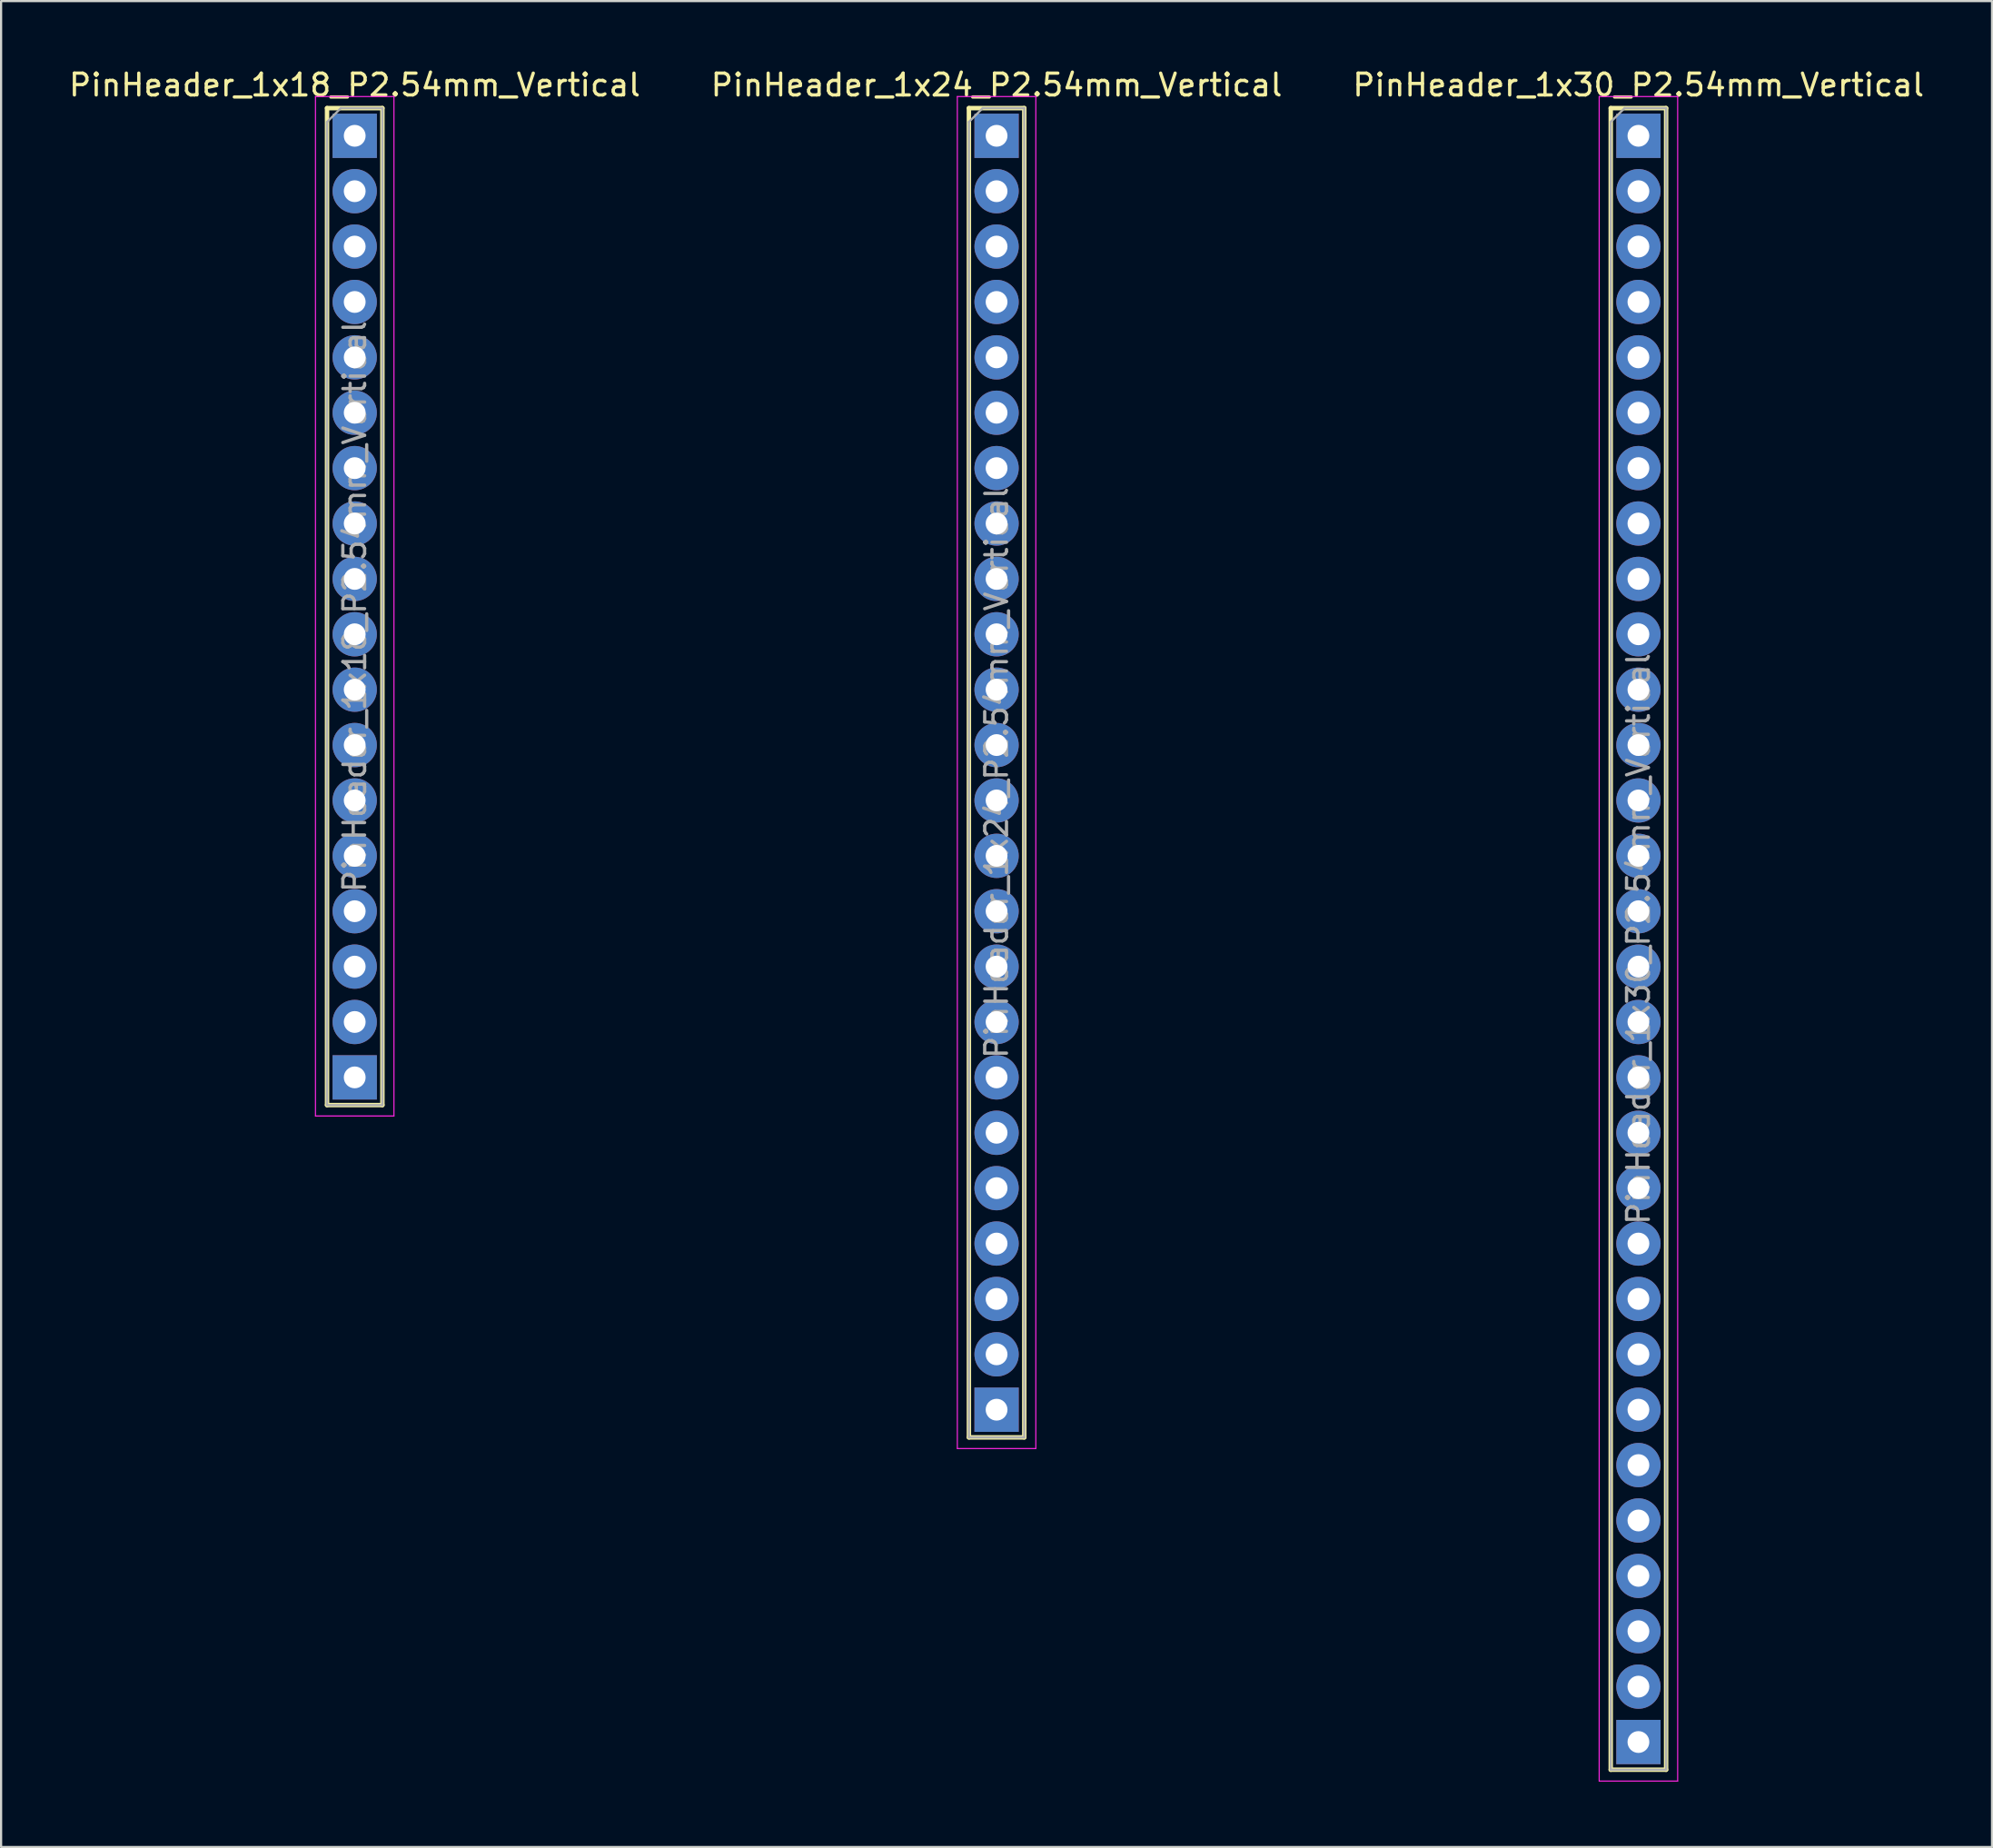
<source format=kicad_pcb>
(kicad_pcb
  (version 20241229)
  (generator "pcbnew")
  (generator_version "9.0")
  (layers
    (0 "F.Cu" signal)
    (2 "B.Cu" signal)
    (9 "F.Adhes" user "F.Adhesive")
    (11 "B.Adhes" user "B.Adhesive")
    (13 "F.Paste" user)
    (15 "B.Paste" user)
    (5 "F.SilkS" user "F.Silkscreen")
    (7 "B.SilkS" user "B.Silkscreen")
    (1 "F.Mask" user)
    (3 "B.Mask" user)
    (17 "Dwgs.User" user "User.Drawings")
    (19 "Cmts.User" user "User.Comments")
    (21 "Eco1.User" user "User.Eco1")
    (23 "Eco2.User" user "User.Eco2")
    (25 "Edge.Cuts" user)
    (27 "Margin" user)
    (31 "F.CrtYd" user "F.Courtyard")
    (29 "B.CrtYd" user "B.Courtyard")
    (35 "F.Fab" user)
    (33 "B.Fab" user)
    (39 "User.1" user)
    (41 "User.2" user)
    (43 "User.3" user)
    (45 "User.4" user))
  (footprint "PinHeader_1x18_P2.54mm_Vertical"
    (layer "F.Cu")
    (at 13.22 3.178)
    (property "Reference" "PinHeader_1x18_P2.54mm_Vertical" (at 0 -2.33 0) (layer "F.SilkS") (effects (font (size 1 1) (thickness 0.15))))
    (attr through_hole)
    (fp_line (start -1.27 -1.27) (end -1.27 44.45) (stroke (width 0.203) (type solid)) (layer "F.SilkS"))
    (fp_line (start -1.27 -1.27) (end 1.27 -1.27) (stroke (width 0.203) (type solid)) (layer "F.SilkS"))
    (fp_line (start -1.27 44.45) (end 1.27 44.45) (stroke (width 0.203) (type solid)) (layer "F.SilkS"))
    (fp_line (start 1.27 -1.27) (end 1.27 44.45) (stroke (width 0.203) (type solid)) (layer "F.SilkS"))
    (fp_line (start -1.8 -1.8) (end -1.8 44.95) (stroke (width 0.05) (type solid)) (layer "F.CrtYd"))
    (fp_line (start -1.8 44.95) (end 1.8 44.95) (stroke (width 0.05) (type solid)) (layer "F.CrtYd"))
    (fp_line (start 1.8 -1.8) (end -1.8 -1.8) (stroke (width 0.05) (type solid)) (layer "F.CrtYd"))
    (fp_line (start 1.8 44.95) (end 1.8 -1.8) (stroke (width 0.05) (type solid)) (layer "F.CrtYd"))
    (fp_line (start -1.27 -0.635) (end -0.635 -1.27) (stroke (width 0.1) (type solid)) (layer "F.Fab"))
    (fp_line (start -1.27 44.45) (end -1.27 -0.635) (stroke (width 0.1) (type solid)) (layer "F.Fab"))
    (fp_line (start -0.635 -1.27) (end 1.27 -1.27) (stroke (width 0.1) (type solid)) (layer "F.Fab"))
    (fp_line (start 1.27 -1.27) (end 1.27 44.45) (stroke (width 0.1) (type solid)) (layer "F.Fab"))
    (fp_line (start 1.27 44.45) (end -1.27 44.45) (stroke (width 0.1) (type solid)) (layer "F.Fab"))
    (fp_text user "${REFERENCE}" (at 0 21.59 90) (layer "F.Fab") (effects (font (size 1 1) (thickness 0.15))))
    (pad "1" thru_hole rect (at 0 0) (size 2.032 2.032) (drill 1) (layers "*.Cu" "*.Mask"))
    (pad "2" thru_hole oval (at 0 2.54) (size 2.032 2.032) (drill 1) (layers "*.Cu" "*.Mask"))
    (pad "3" thru_hole oval (at 0 5.08) (size 2.032 2.032) (drill 1) (layers "*.Cu" "*.Mask"))
    (pad "4" thru_hole oval (at 0 7.62) (size 2.032 2.032) (drill 1) (layers "*.Cu" "*.Mask"))
    (pad "5" thru_hole oval (at 0 10.16) (size 2.032 2.032) (drill 1) (layers "*.Cu" "*.Mask"))
    (pad "6" thru_hole oval (at 0 12.7) (size 2.032 2.032) (drill 1) (layers "*.Cu" "*.Mask"))
    (pad "7" thru_hole oval (at 0 15.24) (size 2.032 2.032) (drill 1) (layers "*.Cu" "*.Mask"))
    (pad "8" thru_hole oval (at 0 17.78) (size 2.032 2.032) (drill 1) (layers "*.Cu" "*.Mask"))
    (pad "9" thru_hole oval (at 0 20.32) (size 2.032 2.032) (drill 1) (layers "*.Cu" "*.Mask"))
    (pad "10" thru_hole oval (at 0 22.86) (size 2.032 2.032) (drill 1) (layers "*.Cu" "*.Mask"))
    (pad "11" thru_hole oval (at 0 25.4) (size 2.032 2.032) (drill 1) (layers "*.Cu" "*.Mask"))
    (pad "12" thru_hole oval (at 0 27.94) (size 2.032 2.032) (drill 1) (layers "*.Cu" "*.Mask"))
    (pad "13" thru_hole oval (at 0 30.48) (size 2.032 2.032) (drill 1) (layers "*.Cu" "*.Mask"))
    (pad "14" thru_hole oval (at 0 33.02) (size 2.032 2.032) (drill 1) (layers "*.Cu" "*.Mask"))
    (pad "15" thru_hole oval (at 0 35.56) (size 2.032 2.032) (drill 1) (layers "*.Cu" "*.Mask"))
    (pad "16" thru_hole oval (at 0 38.1) (size 2.032 2.032) (drill 1) (layers "*.Cu" "*.Mask"))
    (pad "17" thru_hole oval (at 0 40.64) (size 2.032 2.032) (drill 1) (layers "*.Cu" "*.Mask"))
    (pad "18" thru_hole rect (at 0 43.18) (size 2.032 2.032) (drill 1) (layers "*.Cu" "*.Mask")))
  (footprint "PinHeader_1x24_P2.54mm_Vertical"
    (layer "F.Cu")
    (at 42.661 3.178)
    (property "Reference" "PinHeader_1x24_P2.54mm_Vertical" (at 0 -2.33 180) (layer "F.SilkS") (effects (font (size 1 1) (thickness 0.15))))
    (attr through_hole)
    (fp_line (start -1.27 -1.27) (end -1.27 59.69) (stroke (width 0.203) (type solid)) (layer "F.SilkS"))
    (fp_line (start -1.27 -1.27) (end 1.27 -1.27) (stroke (width 0.203) (type solid)) (layer "F.SilkS"))
    (fp_line (start -1.27 59.69) (end 1.27 59.69) (stroke (width 0.203) (type solid)) (layer "F.SilkS"))
    (fp_line (start 1.27 -1.27) (end 1.27 59.69) (stroke (width 0.203) (type solid)) (layer "F.SilkS"))
    (fp_line (start -1.8 -1.8) (end -1.8 60.2) (stroke (width 0.05) (type solid)) (layer "F.CrtYd"))
    (fp_line (start -1.8 60.2) (end 1.8 60.2) (stroke (width 0.05) (type solid)) (layer "F.CrtYd"))
    (fp_line (start 1.8 -1.8) (end -1.8 -1.8) (stroke (width 0.05) (type solid)) (layer "F.CrtYd"))
    (fp_line (start 1.8 60.2) (end 1.8 -1.8) (stroke (width 0.05) (type solid)) (layer "F.CrtYd"))
    (fp_line (start -1.27 -0.635) (end -0.635 -1.27) (stroke (width 0.1) (type solid)) (layer "F.Fab"))
    (fp_line (start -1.27 59.69) (end -1.27 -0.635) (stroke (width 0.1) (type solid)) (layer "F.Fab"))
    (fp_line (start -0.635 -1.27) (end 1.27 -1.27) (stroke (width 0.1) (type solid)) (layer "F.Fab"))
    (fp_line (start 1.27 -1.27) (end 1.27 59.69) (stroke (width 0.1) (type solid)) (layer "F.Fab"))
    (fp_line (start 1.27 59.69) (end -1.27 59.69) (stroke (width 0.1) (type solid)) (layer "F.Fab"))
    (fp_text user "${REFERENCE}" (at 0 29.21 270) (layer "F.Fab") (effects (font (size 1 1) (thickness 0.15))))
    (pad "1" thru_hole rect (at 0 0) (size 2.032 2.032) (drill 1) (layers "*.Cu" "*.Mask"))
    (pad "2" thru_hole oval (at 0 2.54) (size 2.032 2.032) (drill 1) (layers "*.Cu" "*.Mask"))
    (pad "3" thru_hole oval (at 0 5.08) (size 2.032 2.032) (drill 1) (layers "*.Cu" "*.Mask"))
    (pad "4" thru_hole oval (at 0 7.62) (size 2.032 2.032) (drill 1) (layers "*.Cu" "*.Mask"))
    (pad "5" thru_hole oval (at 0 10.16) (size 2.032 2.032) (drill 1) (layers "*.Cu" "*.Mask"))
    (pad "6" thru_hole oval (at 0 12.7) (size 2.032 2.032) (drill 1) (layers "*.Cu" "*.Mask"))
    (pad "7" thru_hole oval (at 0 15.24) (size 2.032 2.032) (drill 1) (layers "*.Cu" "*.Mask"))
    (pad "8" thru_hole oval (at 0 17.78) (size 2.032 2.032) (drill 1) (layers "*.Cu" "*.Mask"))
    (pad "9" thru_hole oval (at 0 20.32) (size 2.032 2.032) (drill 1) (layers "*.Cu" "*.Mask"))
    (pad "10" thru_hole oval (at 0 22.86) (size 2.032 2.032) (drill 1) (layers "*.Cu" "*.Mask"))
    (pad "11" thru_hole oval (at 0 25.4) (size 2.032 2.032) (drill 1) (layers "*.Cu" "*.Mask"))
    (pad "12" thru_hole oval (at 0 27.94) (size 2.032 2.032) (drill 1) (layers "*.Cu" "*.Mask"))
    (pad "13" thru_hole oval (at 0 30.48) (size 2.032 2.032) (drill 1) (layers "*.Cu" "*.Mask"))
    (pad "14" thru_hole oval (at 0 33.02) (size 2.032 2.032) (drill 1) (layers "*.Cu" "*.Mask"))
    (pad "15" thru_hole oval (at 0 35.56) (size 2.032 2.032) (drill 1) (layers "*.Cu" "*.Mask"))
    (pad "16" thru_hole oval (at 0 38.1) (size 2.032 2.032) (drill 1) (layers "*.Cu" "*.Mask"))
    (pad "17" thru_hole oval (at 0 40.64) (size 2.032 2.032) (drill 1) (layers "*.Cu" "*.Mask"))
    (pad "18" thru_hole oval (at 0 43.18) (size 2.032 2.032) (drill 1) (layers "*.Cu" "*.Mask"))
    (pad "19" thru_hole oval (at 0 45.72) (size 2.032 2.032) (drill 1) (layers "*.Cu" "*.Mask"))
    (pad "20" thru_hole oval (at 0 48.26) (size 2.032 2.032) (drill 1) (layers "*.Cu" "*.Mask"))
    (pad "21" thru_hole oval (at 0 50.8) (size 2.032 2.032) (drill 1) (layers "*.Cu" "*.Mask"))
    (pad "22" thru_hole oval (at 0 53.34) (size 2.032 2.032) (drill 1) (layers "*.Cu" "*.Mask"))
    (pad "23" thru_hole oval (at 0 55.88) (size 2.032 2.032) (drill 1) (layers "*.Cu" "*.Mask"))
    (pad "24" thru_hole rect (at 0 58.42) (size 2.032 2.032) (drill 1) (layers "*.Cu" "*.Mask")))
  (footprint "PinHeader_1x30_P2.54mm_Vertical"
    (layer "F.Cu")
    (at 72.101 3.178)
    (property "Reference" "PinHeader_1x30_P2.54mm_Vertical" (at 0 -2.33 0) (layer "F.SilkS") (effects (font (size 1 1) (thickness 0.15))))
    (attr through_hole)
    (fp_line (start -1.27 -1.27) (end -1.27 74.93) (stroke (width 0.203) (type solid)) (layer "F.SilkS"))
    (fp_line (start -1.27 -1.27) (end 1.27 -1.27) (stroke (width 0.203) (type solid)) (layer "F.SilkS"))
    (fp_line (start -1.27 74.93) (end 1.27 74.93) (stroke (width 0.203) (type solid)) (layer "F.SilkS"))
    (fp_line (start 1.27 -1.27) (end 1.27 74.93) (stroke (width 0.203) (type solid)) (layer "F.SilkS"))
    (fp_line (start -1.8 -1.8) (end -1.8 75.45) (stroke (width 0.05) (type solid)) (layer "F.CrtYd"))
    (fp_line (start -1.8 75.45) (end 1.8 75.45) (stroke (width 0.05) (type solid)) (layer "F.CrtYd"))
    (fp_line (start 1.8 -1.8) (end -1.8 -1.8) (stroke (width 0.05) (type solid)) (layer "F.CrtYd"))
    (fp_line (start 1.8 75.45) (end 1.8 -1.8) (stroke (width 0.05) (type solid)) (layer "F.CrtYd"))
    (fp_line (start -1.27 -0.635) (end -0.635 -1.27) (stroke (width 0.1) (type solid)) (layer "F.Fab"))
    (fp_line (start -1.27 74.93) (end -1.27 -0.635) (stroke (width 0.1) (type solid)) (layer "F.Fab"))
    (fp_line (start -0.635 -1.27) (end 1.27 -1.27) (stroke (width 0.1) (type solid)) (layer "F.Fab"))
    (fp_line (start 1.27 -1.27) (end 1.27 74.93) (stroke (width 0.1) (type solid)) (layer "F.Fab"))
    (fp_line (start 1.27 74.93) (end -1.27 74.93) (stroke (width 0.1) (type solid)) (layer "F.Fab"))
    (fp_text user "${REFERENCE}" (at 0 36.83 90) (layer "F.Fab") (effects (font (size 1 1) (thickness 0.15))))
    (pad "1" thru_hole rect (at 0 0) (size 2.032 2.032) (drill 1) (layers "*.Cu" "*.Mask"))
    (pad "2" thru_hole oval (at 0 2.54) (size 2.032 2.032) (drill 1) (layers "*.Cu" "*.Mask"))
    (pad "3" thru_hole oval (at 0 5.08) (size 2.032 2.032) (drill 1) (layers "*.Cu" "*.Mask"))
    (pad "4" thru_hole oval (at 0 7.62) (size 2.032 2.032) (drill 1) (layers "*.Cu" "*.Mask"))
    (pad "5" thru_hole oval (at 0 10.16) (size 2.032 2.032) (drill 1) (layers "*.Cu" "*.Mask"))
    (pad "6" thru_hole oval (at 0 12.7) (size 2.032 2.032) (drill 1) (layers "*.Cu" "*.Mask"))
    (pad "7" thru_hole oval (at 0 15.24) (size 2.032 2.032) (drill 1) (layers "*.Cu" "*.Mask"))
    (pad "8" thru_hole oval (at 0 17.78) (size 2.032 2.032) (drill 1) (layers "*.Cu" "*.Mask"))
    (pad "9" thru_hole oval (at 0 20.32) (size 2.032 2.032) (drill 1) (layers "*.Cu" "*.Mask"))
    (pad "10" thru_hole oval (at 0 22.86) (size 2.032 2.032) (drill 1) (layers "*.Cu" "*.Mask"))
    (pad "11" thru_hole oval (at 0 25.4) (size 2.032 2.032) (drill 1) (layers "*.Cu" "*.Mask"))
    (pad "12" thru_hole oval (at 0 27.94) (size 2.032 2.032) (drill 1) (layers "*.Cu" "*.Mask"))
    (pad "13" thru_hole oval (at 0 30.48) (size 2.032 2.032) (drill 1) (layers "*.Cu" "*.Mask"))
    (pad "14" thru_hole oval (at 0 33.02) (size 2.032 2.032) (drill 1) (layers "*.Cu" "*.Mask"))
    (pad "15" thru_hole oval (at 0 35.56) (size 2.032 2.032) (drill 1) (layers "*.Cu" "*.Mask"))
    (pad "16" thru_hole oval (at 0 38.1) (size 2.032 2.032) (drill 1) (layers "*.Cu" "*.Mask"))
    (pad "17" thru_hole oval (at 0 40.64) (size 2.032 2.032) (drill 1) (layers "*.Cu" "*.Mask"))
    (pad "18" thru_hole oval (at 0 43.18) (size 2.032 2.032) (drill 1) (layers "*.Cu" "*.Mask"))
    (pad "19" thru_hole oval (at 0 45.72) (size 2.032 2.032) (drill 1) (layers "*.Cu" "*.Mask"))
    (pad "20" thru_hole oval (at 0 48.26) (size 2.032 2.032) (drill 1) (layers "*.Cu" "*.Mask"))
    (pad "21" thru_hole oval (at 0 50.8) (size 2.032 2.032) (drill 1) (layers "*.Cu" "*.Mask"))
    (pad "22" thru_hole oval (at 0 53.34) (size 2.032 2.032) (drill 1) (layers "*.Cu" "*.Mask"))
    (pad "23" thru_hole oval (at 0 55.88) (size 2.032 2.032) (drill 1) (layers "*.Cu" "*.Mask"))
    (pad "24" thru_hole oval (at 0 58.42) (size 2.032 2.032) (drill 1) (layers "*.Cu" "*.Mask"))
    (pad "25" thru_hole oval (at 0 60.96) (size 2.032 2.032) (drill 1) (layers "*.Cu" "*.Mask"))
    (pad "26" thru_hole oval (at 0 63.5) (size 2.032 2.032) (drill 1) (layers "*.Cu" "*.Mask"))
    (pad "27" thru_hole oval (at 0 66.04) (size 2.032 2.032) (drill 1) (layers "*.Cu" "*.Mask"))
    (pad "28" thru_hole oval (at 0 68.58) (size 2.032 2.032) (drill 1) (layers "*.Cu" "*.Mask"))
    (pad "29" thru_hole oval (at 0 71.12) (size 2.032 2.032) (drill 1) (layers "*.Cu" "*.Mask"))
    (pad "30" thru_hole rect (at 0 73.66) (size 2.032 2.032) (drill 1) (layers "*.Cu" "*.Mask")))
  (gr_rect
    (start -3 -3)
    (end 88.321 81.653)
    (stroke (width 0.1) (type default))
    (fill no)
    (layer "Edge.Cuts")))
</source>
